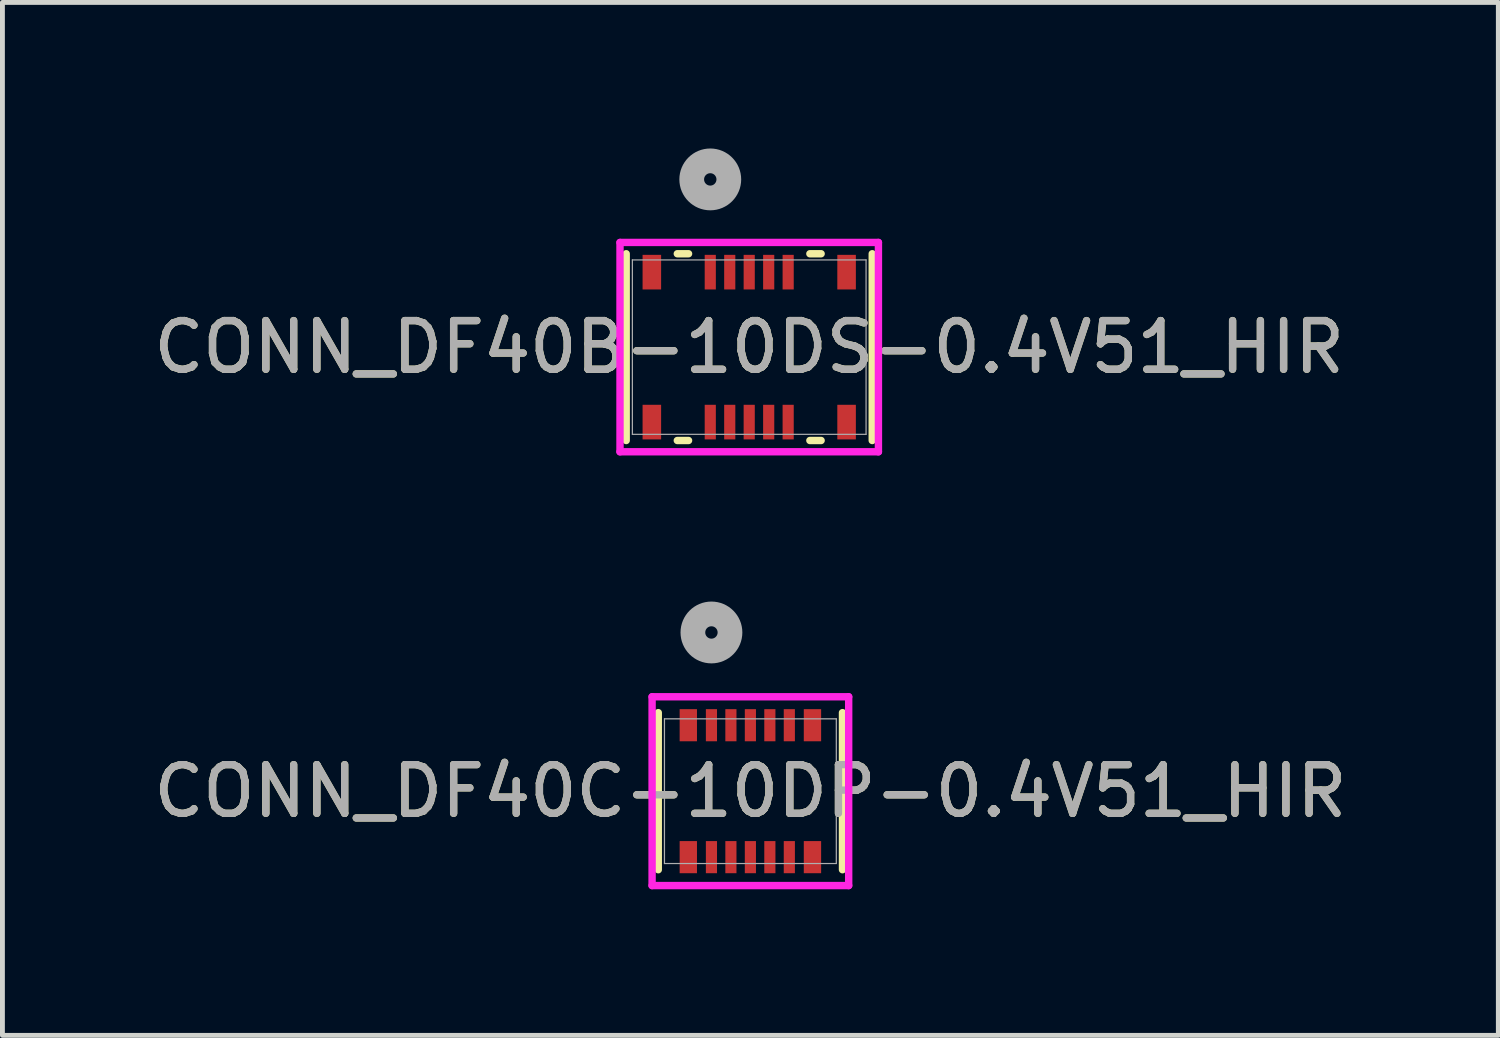
<source format=kicad_pcb>
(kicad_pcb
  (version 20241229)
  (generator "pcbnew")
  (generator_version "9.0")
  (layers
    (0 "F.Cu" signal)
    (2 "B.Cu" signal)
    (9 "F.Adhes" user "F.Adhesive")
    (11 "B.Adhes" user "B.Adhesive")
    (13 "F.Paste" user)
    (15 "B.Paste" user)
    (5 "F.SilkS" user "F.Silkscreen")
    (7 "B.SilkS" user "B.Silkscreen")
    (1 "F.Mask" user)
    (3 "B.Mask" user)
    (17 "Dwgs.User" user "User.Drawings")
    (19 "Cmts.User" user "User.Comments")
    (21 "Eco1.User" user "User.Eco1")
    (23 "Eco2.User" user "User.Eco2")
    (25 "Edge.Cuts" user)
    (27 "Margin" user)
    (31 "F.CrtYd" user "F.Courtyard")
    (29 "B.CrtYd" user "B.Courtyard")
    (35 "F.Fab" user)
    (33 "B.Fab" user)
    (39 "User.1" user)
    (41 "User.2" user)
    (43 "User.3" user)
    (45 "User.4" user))
  (footprint "CONN_DF40B-10DS-0.4V51_HIR"
    (layer "F.Cu")
    (at 12.339 4.08)
    (property "Reference" "CONN_DF40B-10DS-0.4V51_HIR" (at 0 0 0) (unlocked yes) (layer "F.SilkS") (effects (font (size 1 1) (thickness 0.15))))
    (attr smd)
    (fp_line (start -2.527 -1.918) (end -2.527 1.918) (stroke (width 0.152) (type solid)) (layer "F.SilkS"))
    (fp_line (start -1.477 1.918) (end -1.246 1.918) (stroke (width 0.152) (type solid)) (layer "F.SilkS"))
    (fp_line (start -1.246 -1.918) (end -1.477 -1.918) (stroke (width 0.152) (type solid)) (layer "F.SilkS"))
    (fp_line (start 1.246 1.918) (end 1.477 1.918) (stroke (width 0.152) (type solid)) (layer "F.SilkS"))
    (fp_line (start 1.477 -1.918) (end 1.246 -1.918) (stroke (width 0.152) (type solid)) (layer "F.SilkS"))
    (fp_line (start 2.527 1.918) (end 2.527 -1.918) (stroke (width 0.152) (type solid)) (layer "F.SilkS"))
    (fp_line (start -2.654 -2.15) (end -2.654 2.15) (stroke (width 0.152) (type solid)) (layer "F.CrtYd"))
    (fp_line (start -2.654 2.15) (end 2.654 2.15) (stroke (width 0.152) (type solid)) (layer "F.CrtYd"))
    (fp_line (start 2.654 -2.15) (end -2.654 -2.15) (stroke (width 0.152) (type solid)) (layer "F.CrtYd"))
    (fp_line (start 2.654 2.15) (end 2.654 -2.15) (stroke (width 0.152) (type solid)) (layer "F.CrtYd"))
    (fp_line (start -2.4 -1.791) (end -2.4 1.791) (stroke (width 0.025) (type solid)) (layer "F.Fab"))
    (fp_line (start -2.4 1.791) (end 2.4 1.791) (stroke (width 0.025) (type solid)) (layer "F.Fab"))
    (fp_line (start 2.4 -1.791) (end -2.4 -1.791) (stroke (width 0.025) (type solid)) (layer "F.Fab"))
    (fp_line (start 2.4 1.791) (end 2.4 -1.791) (stroke (width 0.025) (type solid)) (layer "F.Fab"))
    (fp_circle (center -0.8 -3.445) (end -0.419 -3.445) (stroke (width 0.508) (type solid)) (fill no) (layer "F.Fab"))
    (fp_text user "${REFERENCE}" (at 0 0 0) (unlocked yes) (layer "F.Fab") (effects (font (size 1 1) (thickness 0.15))))
    (pad "1" smd rect (at -0.8 -1.54) (size 0.229 0.711) (layers "F.Cu" "F.Mask" "F.Paste"))
    (pad "2" smd rect (at -0.8 1.54) (size 0.229 0.711) (layers "F.Cu" "F.Mask" "F.Paste"))
    (pad "3" smd rect (at -0.4 -1.54) (size 0.229 0.711) (layers "F.Cu" "F.Mask" "F.Paste"))
    (pad "4" smd rect (at -0.4 1.54) (size 0.229 0.711) (layers "F.Cu" "F.Mask" "F.Paste"))
    (pad "5" smd rect (at 0 -1.54) (size 0.229 0.711) (layers "F.Cu" "F.Mask" "F.Paste"))
    (pad "6" smd rect (at 0 1.54) (size 0.229 0.711) (layers "F.Cu" "F.Mask" "F.Paste"))
    (pad "7" smd rect (at 0.4 -1.54) (size 0.229 0.711) (layers "F.Cu" "F.Mask" "F.Paste"))
    (pad "8" smd rect (at 0.4 1.54) (size 0.229 0.711) (layers "F.Cu" "F.Mask" "F.Paste"))
    (pad "9" smd rect (at 0.8 -1.54) (size 0.229 0.711) (layers "F.Cu" "F.Mask" "F.Paste"))
    (pad "10" smd rect (at 0.8 1.54) (size 0.229 0.711) (layers "F.Cu" "F.Mask" "F.Paste"))
    (pad "11" smd rect (at -2 -1.54) (size 0.381 0.711) (layers "F.Cu" "F.Mask" "F.Paste"))
    (pad "12" smd rect (at 2 -1.54) (size 0.381 0.711) (layers "F.Cu" "F.Mask" "F.Paste"))
    (pad "13" smd rect (at -2 1.54) (size 0.381 0.711) (layers "F.Cu" "F.Mask" "F.Paste"))
    (pad "14" smd rect (at 2 1.54) (size 0.381 0.711) (layers "F.Cu" "F.Mask" "F.Paste")))
  (footprint "CONN_DF40C-10DP-0.4V51_HIR"
    (layer "F.Cu")
    (at 12.363 13.201)
    (property "Reference" "CONN_DF40C-10DP-0.4V51_HIR" (at 0 0 0) (unlocked yes) (layer "F.SilkS") (effects (font (size 1 1) (thickness 0.15))))
    (attr smd)
    (fp_line (start -1.892 -1.613) (end -1.892 1.613) (stroke (width 0.152) (type solid)) (layer "F.SilkS"))
    (fp_line (start 1.892 1.613) (end 1.892 -1.613) (stroke (width 0.152) (type solid)) (layer "F.SilkS"))
    (fp_line (start -2.019 -1.939) (end -2.019 1.939) (stroke (width 0.152) (type solid)) (layer "F.CrtYd"))
    (fp_line (start -2.019 1.939) (end 2.019 1.939) (stroke (width 0.152) (type solid)) (layer "F.CrtYd"))
    (fp_line (start 2.019 -1.939) (end -2.019 -1.939) (stroke (width 0.152) (type solid)) (layer "F.CrtYd"))
    (fp_line (start 2.019 1.939) (end 2.019 -1.939) (stroke (width 0.152) (type solid)) (layer "F.CrtYd"))
    (fp_line (start -1.765 -1.486) (end -1.765 1.486) (stroke (width 0.025) (type solid)) (layer "F.Fab"))
    (fp_line (start -1.765 1.486) (end 1.765 1.486) (stroke (width 0.025) (type solid)) (layer "F.Fab"))
    (fp_line (start 1.765 -1.486) (end -1.765 -1.486) (stroke (width 0.025) (type solid)) (layer "F.Fab"))
    (fp_line (start 1.765 1.486) (end 1.765 -1.486) (stroke (width 0.025) (type solid)) (layer "F.Fab"))
    (fp_circle (center -0.8 -3.26) (end -0.419 -3.26) (stroke (width 0.508) (type solid)) (fill no) (layer "F.Fab"))
    (fp_text user "${REFERENCE}" (at 0 0 0) (unlocked yes) (layer "F.Fab") (effects (font (size 1 1) (thickness 0.15))))
    (pad "1" smd rect (at -0.8 -1.355) (size 0.229 0.66) (layers "F.Cu" "F.Mask" "F.Paste"))
    (pad "2" smd rect (at -0.8 1.355) (size 0.229 0.66) (layers "F.Cu" "F.Mask" "F.Paste"))
    (pad "3" smd rect (at -0.4 -1.355) (size 0.229 0.66) (layers "F.Cu" "F.Mask" "F.Paste"))
    (pad "4" smd rect (at -0.4 1.355) (size 0.229 0.66) (layers "F.Cu" "F.Mask" "F.Paste"))
    (pad "5" smd rect (at 0 -1.355) (size 0.229 0.66) (layers "F.Cu" "F.Mask" "F.Paste"))
    (pad "6" smd rect (at 0 1.355) (size 0.229 0.66) (layers "F.Cu" "F.Mask" "F.Paste"))
    (pad "7" smd rect (at 0.4 -1.355) (size 0.229 0.66) (layers "F.Cu" "F.Mask" "F.Paste"))
    (pad "8" smd rect (at 0.4 1.355) (size 0.229 0.66) (layers "F.Cu" "F.Mask" "F.Paste"))
    (pad "9" smd rect (at 0.8 -1.355) (size 0.229 0.66) (layers "F.Cu" "F.Mask" "F.Paste"))
    (pad "10" smd rect (at 0.8 1.355) (size 0.229 0.66) (layers "F.Cu" "F.Mask" "F.Paste"))
    (pad "11" smd rect (at -1.275 -1.355) (size 0.356 0.66) (layers "F.Cu" "F.Mask" "F.Paste"))
    (pad "12" smd rect (at 1.275 -1.355) (size 0.356 0.66) (layers "F.Cu" "F.Mask" "F.Paste"))
    (pad "13" smd rect (at -1.275 1.355) (size 0.356 0.66) (layers "F.Cu" "F.Mask" "F.Paste"))
    (pad "14" smd rect (at 1.275 1.355) (size 0.356 0.66) (layers "F.Cu" "F.Mask" "F.Paste")))
  (gr_rect
    (start -3 -3)
    (end 27.726 18.216)
    (stroke (width 0.1) (type default))
    (fill no)
    (layer "Edge.Cuts")))
</source>
